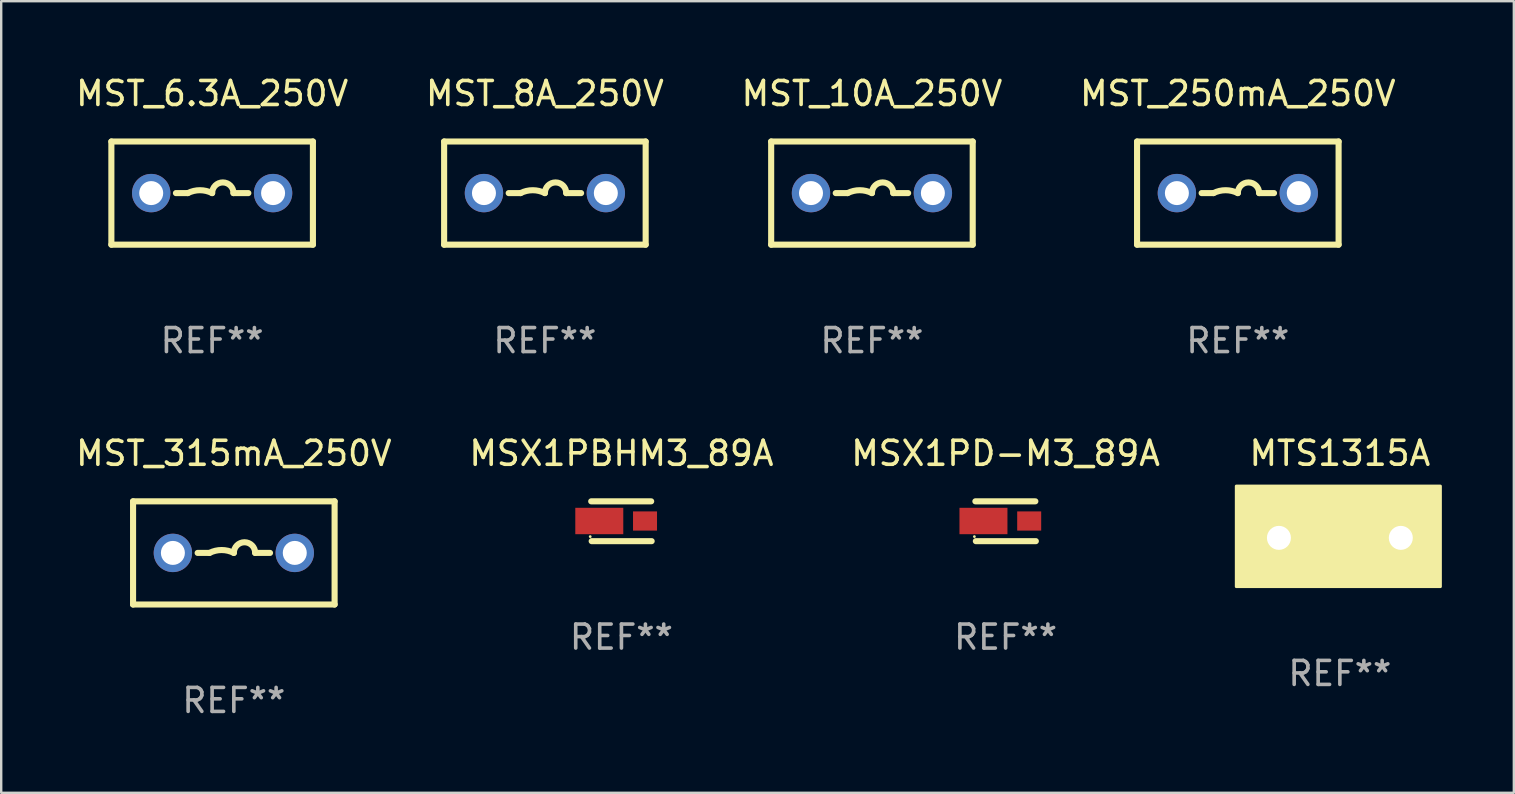
<source format=kicad_pcb>
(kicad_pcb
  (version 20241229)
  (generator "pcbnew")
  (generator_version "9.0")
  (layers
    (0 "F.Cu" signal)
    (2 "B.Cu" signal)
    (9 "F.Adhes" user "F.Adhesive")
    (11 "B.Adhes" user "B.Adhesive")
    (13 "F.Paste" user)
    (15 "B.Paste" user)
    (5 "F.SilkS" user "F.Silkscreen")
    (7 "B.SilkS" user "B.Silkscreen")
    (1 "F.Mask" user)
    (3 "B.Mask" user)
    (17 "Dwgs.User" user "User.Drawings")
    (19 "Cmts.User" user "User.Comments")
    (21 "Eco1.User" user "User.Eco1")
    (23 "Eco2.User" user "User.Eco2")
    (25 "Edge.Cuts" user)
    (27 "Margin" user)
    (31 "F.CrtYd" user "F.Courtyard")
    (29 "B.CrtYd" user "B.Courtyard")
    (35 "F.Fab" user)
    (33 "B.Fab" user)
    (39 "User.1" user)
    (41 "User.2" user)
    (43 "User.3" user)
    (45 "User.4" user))
  (footprint "MSX1PBHM3_89A"
    (layer "F.Cu")
    (at 22.851 18.675)
    (property "Reference" "MSX1PBHM3_89A" (at 0 -2.83 0) (layer "F.SilkS") (effects (font (size 1 1) (thickness 0.15))))
    (attr through_hole)
    (fp_line (start -1.26 -0.83) (end 1.24 -0.83) (stroke (width 0.254) (type solid)) (layer "F.SilkS"))
    (fp_line (start -1.24 0.83) (end 1.26 0.83) (stroke (width 0.254) (type solid)) (layer "F.SilkS"))
    (fp_circle (center -1.301 0.64) (end -1.271 0.64) (stroke (width 0.06) (type solid)) (fill no) (layer "F.SilkS"))
    (fp_text user "REF**" (at 0 4.83 0) (layer "F.Fab") (effects (font (size 1 1) (thickness 0.15))))
    (pad "1" smd rect (at -0.923 -0.01 90) (size 1.1 2) (layers "F.Cu" "F.Mask" "F.Paste"))
    (pad "2" smd rect (at 0.983 -0.01) (size 1 0.8) (layers "F.Cu" "F.Mask" "F.Paste")))
  (footprint "MST_250mA_250V"
    (layer "F.Cu")
    (at 48.542 4.998)
    (property "Reference" "MST_250mA_250V" (at 0 -4.15 0) (layer "F.SilkS") (effects (font (size 1 1) (thickness 0.15))))
    (attr through_hole)
    (fp_line (start -4.2 -2.15) (end 4.2 -2.15) (stroke (width 0.254) (type solid)) (layer "F.SilkS"))
    (fp_line (start -4.2 2.15) (end -4.2 -2.15) (stroke (width 0.254) (type solid)) (layer "F.SilkS"))
    (fp_line (start -1.509 0) (end -1.016 0) (stroke (width 0.254) (type solid)) (layer "F.SilkS"))
    (fp_line (start 1.509 0) (end 0.889 0) (stroke (width 0.254) (type solid)) (layer "F.SilkS"))
    (fp_line (start 4.2 -2.15) (end 4.2 2.15) (stroke (width 0.254) (type solid)) (layer "F.SilkS"))
    (fp_line (start 4.2 2.15) (end -4.2 2.15) (stroke (width 0.254) (type solid)) (layer "F.SilkS"))
    (fp_arc (start -1.016002 0) (mid -0.508001 -0.119923) (end 0 0) (stroke (width 0.254001) (type solid)) (layer "F.SilkS"))
    (fp_arc (start 0 0) (mid 0.444501 -0.444501) (end 0.889002 0) (stroke (width 0.254001) (type solid)) (layer "F.SilkS"))
    (fp_circle (center -4.2 2.15) (end -4.17 2.15) (stroke (width 0.06) (type solid)) (fill no) (layer "F.SilkS"))
    (fp_text user "REF**" (at 0 6.15 0) (layer "F.Fab") (effects (font (size 1 1) (thickness 0.15))))
    (pad "1" thru_hole circle (at -2.54 0) (size 1.6 1.6) (drill 1) (layers "*.Cu" "*.Mask"))
    (pad "2" thru_hole circle (at 2.54 0) (size 1.6 1.6) (drill 1) (layers "*.Cu" "*.Mask")))
  (footprint "MST_10A_250V"
    (layer "F.Cu")
    (at 33.292 4.998)
    (property "Reference" "MST_10A_250V" (at 0 -4.15 0) (layer "F.SilkS") (effects (font (size 1 1) (thickness 0.15))))
    (attr through_hole)
    (fp_line (start -4.2 -2.15) (end 4.2 -2.15) (stroke (width 0.254) (type solid)) (layer "F.SilkS"))
    (fp_line (start -4.2 2.15) (end -4.2 -2.15) (stroke (width 0.254) (type solid)) (layer "F.SilkS"))
    (fp_line (start -1.509 0) (end -1.016 0) (stroke (width 0.254) (type solid)) (layer "F.SilkS"))
    (fp_line (start 1.509 0) (end 0.889 0) (stroke (width 0.254) (type solid)) (layer "F.SilkS"))
    (fp_line (start 4.2 -2.15) (end 4.2 2.15) (stroke (width 0.254) (type solid)) (layer "F.SilkS"))
    (fp_line (start 4.2 2.15) (end -4.2 2.15) (stroke (width 0.254) (type solid)) (layer "F.SilkS"))
    (fp_arc (start -1.016002 0) (mid -0.508001 -0.119923) (end 0 0) (stroke (width 0.254001) (type solid)) (layer "F.SilkS"))
    (fp_arc (start 0 0) (mid 0.444501 -0.444501) (end 0.889002 0) (stroke (width 0.254001) (type solid)) (layer "F.SilkS"))
    (fp_circle (center -4.2 2.15) (end -4.17 2.15) (stroke (width 0.06) (type solid)) (fill no) (layer "F.SilkS"))
    (fp_text user "REF**" (at 0 6.15 0) (layer "F.Fab") (effects (font (size 1 1) (thickness 0.15))))
    (pad "1" thru_hole circle (at -2.54 0) (size 1.6 1.6) (drill 1) (layers "*.Cu" "*.Mask"))
    (pad "2" thru_hole circle (at 2.54 0) (size 1.6 1.6) (drill 1) (layers "*.Cu" "*.Mask")))
  (footprint "MST_6.3A_250V"
    (layer "F.Cu")
    (at 5.792 4.998)
    (property "Reference" "MST_6.3A_250V" (at 0 -4.15 0) (layer "F.SilkS") (effects (font (size 1 1) (thickness 0.15))))
    (attr through_hole)
    (fp_line (start -4.2 -2.15) (end 4.2 -2.15) (stroke (width 0.254) (type solid)) (layer "F.SilkS"))
    (fp_line (start -4.2 2.15) (end -4.2 -2.15) (stroke (width 0.254) (type solid)) (layer "F.SilkS"))
    (fp_line (start -1.509 0) (end -1.016 0) (stroke (width 0.254) (type solid)) (layer "F.SilkS"))
    (fp_line (start 1.509 0) (end 0.889 0) (stroke (width 0.254) (type solid)) (layer "F.SilkS"))
    (fp_line (start 4.2 -2.15) (end 4.2 2.15) (stroke (width 0.254) (type solid)) (layer "F.SilkS"))
    (fp_line (start 4.2 2.15) (end -4.2 2.15) (stroke (width 0.254) (type solid)) (layer "F.SilkS"))
    (fp_arc (start -1.016002 0) (mid -0.508001 -0.119923) (end 0 0) (stroke (width 0.254001) (type solid)) (layer "F.SilkS"))
    (fp_arc (start 0 0) (mid 0.444501 -0.444501) (end 0.889002 0) (stroke (width 0.254001) (type solid)) (layer "F.SilkS"))
    (fp_circle (center -4.2 2.15) (end -4.17 2.15) (stroke (width 0.06) (type solid)) (fill no) (layer "F.SilkS"))
    (fp_text user "REF**" (at 0 6.15 0) (layer "F.Fab") (effects (font (size 1 1) (thickness 0.15))))
    (pad "1" thru_hole circle (at -2.54 0) (size 1.6 1.6) (drill 1) (layers "*.Cu" "*.Mask"))
    (pad "2" thru_hole circle (at 2.54 0) (size 1.6 1.6) (drill 1) (layers "*.Cu" "*.Mask")))
  (footprint "MST_8A_250V"
    (layer "F.Cu")
    (at 19.661 4.998)
    (property "Reference" "MST_8A_250V" (at 0 -4.15 0) (layer "F.SilkS") (effects (font (size 1 1) (thickness 0.15))))
    (attr through_hole)
    (fp_line (start -4.2 -2.15) (end 4.2 -2.15) (stroke (width 0.254) (type solid)) (layer "F.SilkS"))
    (fp_line (start -4.2 2.15) (end -4.2 -2.15) (stroke (width 0.254) (type solid)) (layer "F.SilkS"))
    (fp_line (start -1.509 0) (end -1.016 0) (stroke (width 0.254) (type solid)) (layer "F.SilkS"))
    (fp_line (start 1.509 0) (end 0.889 0) (stroke (width 0.254) (type solid)) (layer "F.SilkS"))
    (fp_line (start 4.2 -2.15) (end 4.2 2.15) (stroke (width 0.254) (type solid)) (layer "F.SilkS"))
    (fp_line (start 4.2 2.15) (end -4.2 2.15) (stroke (width 0.254) (type solid)) (layer "F.SilkS"))
    (fp_arc (start -1.016002 0) (mid -0.508001 -0.119923) (end 0 0) (stroke (width 0.254001) (type solid)) (layer "F.SilkS"))
    (fp_arc (start 0 0) (mid 0.444501 -0.444501) (end 0.889002 0) (stroke (width 0.254001) (type solid)) (layer "F.SilkS"))
    (fp_circle (center -4.2 2.15) (end -4.17 2.15) (stroke (width 0.06) (type solid)) (fill no) (layer "F.SilkS"))
    (fp_text user "REF**" (at 0 6.15 0) (layer "F.Fab") (effects (font (size 1 1) (thickness 0.15))))
    (pad "1" thru_hole circle (at -2.54 0) (size 1.6 1.6) (drill 1) (layers "*.Cu" "*.Mask"))
    (pad "2" thru_hole circle (at 2.54 0) (size 1.6 1.6) (drill 1) (layers "*.Cu" "*.Mask")))
  (footprint "MSX1PD-M3_89A"
    (layer "F.Cu")
    (at 38.863 18.675)
    (property "Reference" "MSX1PD-M3_89A" (at 0 -2.83 0) (layer "F.SilkS") (effects (font (size 1 1) (thickness 0.15))))
    (attr through_hole)
    (fp_line (start -1.26 -0.83) (end 1.24 -0.83) (stroke (width 0.254) (type solid)) (layer "F.SilkS"))
    (fp_line (start -1.24 0.83) (end 1.26 0.83) (stroke (width 0.254) (type solid)) (layer "F.SilkS"))
    (fp_circle (center -1.301 0.64) (end -1.271 0.64) (stroke (width 0.06) (type solid)) (fill no) (layer "F.SilkS"))
    (fp_text user "REF**" (at 0 4.83 0) (layer "F.Fab") (effects (font (size 1 1) (thickness 0.15))))
    (pad "1" smd rect (at -0.923 -0.01 90) (size 1.1 2) (layers "F.Cu" "F.Mask" "F.Paste"))
    (pad "2" smd rect (at 0.983 -0.01) (size 1 0.8) (layers "F.Cu" "F.Mask" "F.Paste")))
  (footprint "MST_315mA_250V"
    (layer "F.Cu")
    (at 6.696 19.995)
    (property "Reference" "MST_315mA_250V" (at 0 -4.15 0) (layer "F.SilkS") (effects (font (size 1 1) (thickness 0.15))))
    (attr through_hole)
    (fp_line (start -4.2 -2.15) (end 4.2 -2.15) (stroke (width 0.254) (type solid)) (layer "F.SilkS"))
    (fp_line (start -4.2 2.15) (end -4.2 -2.15) (stroke (width 0.254) (type solid)) (layer "F.SilkS"))
    (fp_line (start -1.509 0) (end -1.016 0) (stroke (width 0.254) (type solid)) (layer "F.SilkS"))
    (fp_line (start 1.509 0) (end 0.889 0) (stroke (width 0.254) (type solid)) (layer "F.SilkS"))
    (fp_line (start 4.2 -2.15) (end 4.2 2.15) (stroke (width 0.254) (type solid)) (layer "F.SilkS"))
    (fp_line (start 4.2 2.15) (end -4.2 2.15) (stroke (width 0.254) (type solid)) (layer "F.SilkS"))
    (fp_arc (start -1.016002 0) (mid -0.508001 -0.119923) (end 0 0) (stroke (width 0.254001) (type solid)) (layer "F.SilkS"))
    (fp_arc (start 0 0) (mid 0.444501 -0.444501) (end 0.889002 0) (stroke (width 0.254001) (type solid)) (layer "F.SilkS"))
    (fp_circle (center -4.2 2.15) (end -4.17 2.15) (stroke (width 0.06) (type solid)) (fill no) (layer "F.SilkS"))
    (fp_text user "REF**" (at 0 6.15 0) (layer "F.Fab") (effects (font (size 1 1) (thickness 0.15))))
    (pad "1" thru_hole circle (at -2.54 0) (size 1.6 1.6) (drill 1) (layers "*.Cu" "*.Mask"))
    (pad "2" thru_hole circle (at 2.54 0) (size 1.6 1.6) (drill 1) (layers "*.Cu" "*.Mask")))
  (footprint "MTS1315A"
    (layer "F.Cu")
    (at 52.795 19.432)
    (property "Reference" "MTS1315A" (at 0 -3.588 0) (layer "F.SilkS") (effects (font (size 1 1) (thickness 0.15))))
    (attr through_hole)
    (fp_line (start -0.889 -0.953) (end -0.889 -0.826) (stroke (width 0.254) (type solid)) (layer "F.SilkS"))
    (fp_line (start 0.127 -1.588) (end -0.254 -1.588) (stroke (width 0.254) (type solid)) (layer "F.SilkS"))
    (fp_line (start 0.127 1.588) (end -0.381 1.588) (stroke (width 0.254) (type solid)) (layer "F.SilkS"))
    (fp_line (start 0.762 0.826) (end 0.762 0.953) (stroke (width 0.254) (type solid)) (layer "F.SilkS"))
    (fp_circle (center -4.2 1.937) (end -4.17 1.937) (stroke (width 0.06) (type solid)) (fill no) (layer "F.SilkS"))
    (fp_poly (pts (xy -4.318 -2.223) (xy 4.191 -2.223) (xy 4.191 1.969) (xy -4.318 1.969)) (stroke (width 0.12) (type solid)) (fill yes) (layer "F.SilkS"))
    (fp_text user "REF**" (at 0 5.588 0) (layer "F.Fab") (effects (font (size 1 1) (thickness 0.15))))
    (pad "1" thru_hole circle (at -2.54 -0.064) (size 1.524 1.524) (drill 1) (layers "*.Cu" "*.Mask"))
    (pad "2" thru_hole circle (at 2.54 -0.064) (size 1.524 1.524) (drill 1) (layers "*.Cu" "*.Mask")))
  (gr_rect
    (start -3 -3)
    (end 60.046 29.993)
    (stroke (width 0.1) (type default))
    (fill no)
    (layer "Edge.Cuts")))
</source>
